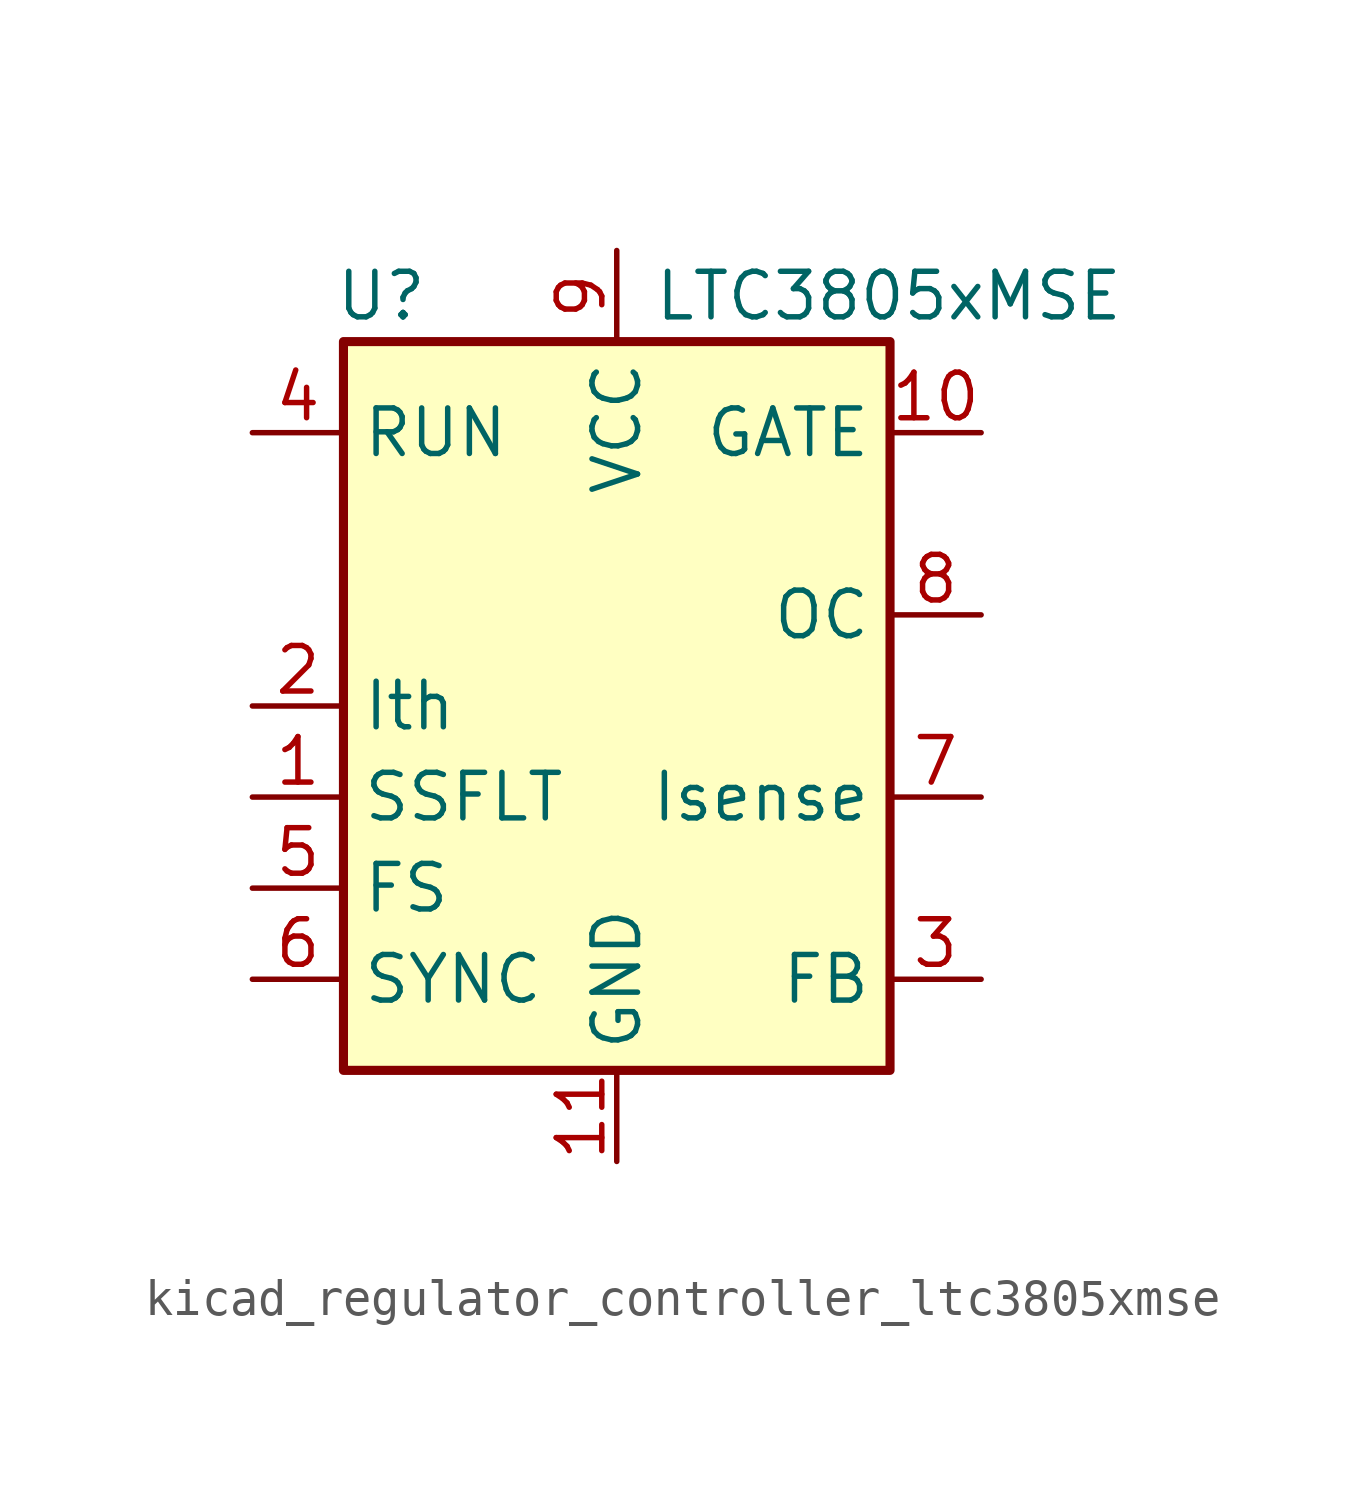
<source format=kicad_sym>
(kicad_symbol_lib
  (version 20220914)
  (generator kicad_symbol_editor)
  (symbol "kicad_regulator_controller_ltc3805xmse"
    (property "Reference" "U"
      (at -7.874 11.43 0)
      (effects (font (size 1.27 1.27)) (justify left)))
    (property "Value" "LTC3805xMSE"
      (at 1.016 11.43 0)
      (effects (font (size 1.27 1.27)) (justify left)))
    (symbol "kicad_regulator_controller_ltc3805xmse_0_1"
      (rectangle (start -7.62 10.16) (end 7.62 -10.16) (stroke (width 0.254) (type default)) (fill (type background))))
    (symbol "kicad_regulator_controller_ltc3805xmse_1_1"
      (pin passive line (at -10.16 -2.54 0) (length 2.54) (name "SSFLT" (effects (font (size 1.27 1.27)))) (number "1" (effects (font (size 1.27 1.27)))))
      (pin output line (at 10.16 7.62 180) (length 2.54) (name "GATE" (effects (font (size 1.27 1.27)))) (number "10" (effects (font (size 1.27 1.27)))))
      (pin power_in line (at 0 -12.7 90) (length 2.54) (name "GND" (effects (font (size 1.27 1.27)))) (number "11" (effects (font (size 1.27 1.27)))))
      (pin passive line (at -10.16 0 0) (length 2.54) (name "Ith" (effects (font (size 1.27 1.27)))) (number "2" (effects (font (size 1.27 1.27)))))
      (pin input line (at 10.16 -7.62 180) (length 2.54) (name "FB" (effects (font (size 1.27 1.27)))) (number "3" (effects (font (size 1.27 1.27)))))
      (pin input line (at -10.16 7.62 0) (length 2.54) (name "RUN" (effects (font (size 1.27 1.27)))) (number "4" (effects (font (size 1.27 1.27)))))
      (pin passive line (at -10.16 -5.08 0) (length 2.54) (name "FS" (effects (font (size 1.27 1.27)))) (number "5" (effects (font (size 1.27 1.27)))))
      (pin input line (at -10.16 -7.62 0) (length 2.54) (name "SYNC" (effects (font (size 1.27 1.27)))) (number "6" (effects (font (size 1.27 1.27)))))
      (pin input line (at 10.16 -2.54 180) (length 2.54) (name "Isense" (effects (font (size 1.27 1.27)))) (number "7" (effects (font (size 1.27 1.27)))))
      (pin input line (at 10.16 2.54 180) (length 2.54) (name "OC" (effects (font (size 1.27 1.27)))) (number "8" (effects (font (size 1.27 1.27)))))
      (pin power_in line (at 0 12.7 270) (length 2.54) (name "VCC" (effects (font (size 1.27 1.27)))) (number "9" (effects (font (size 1.27 1.27))))))))
</source>
